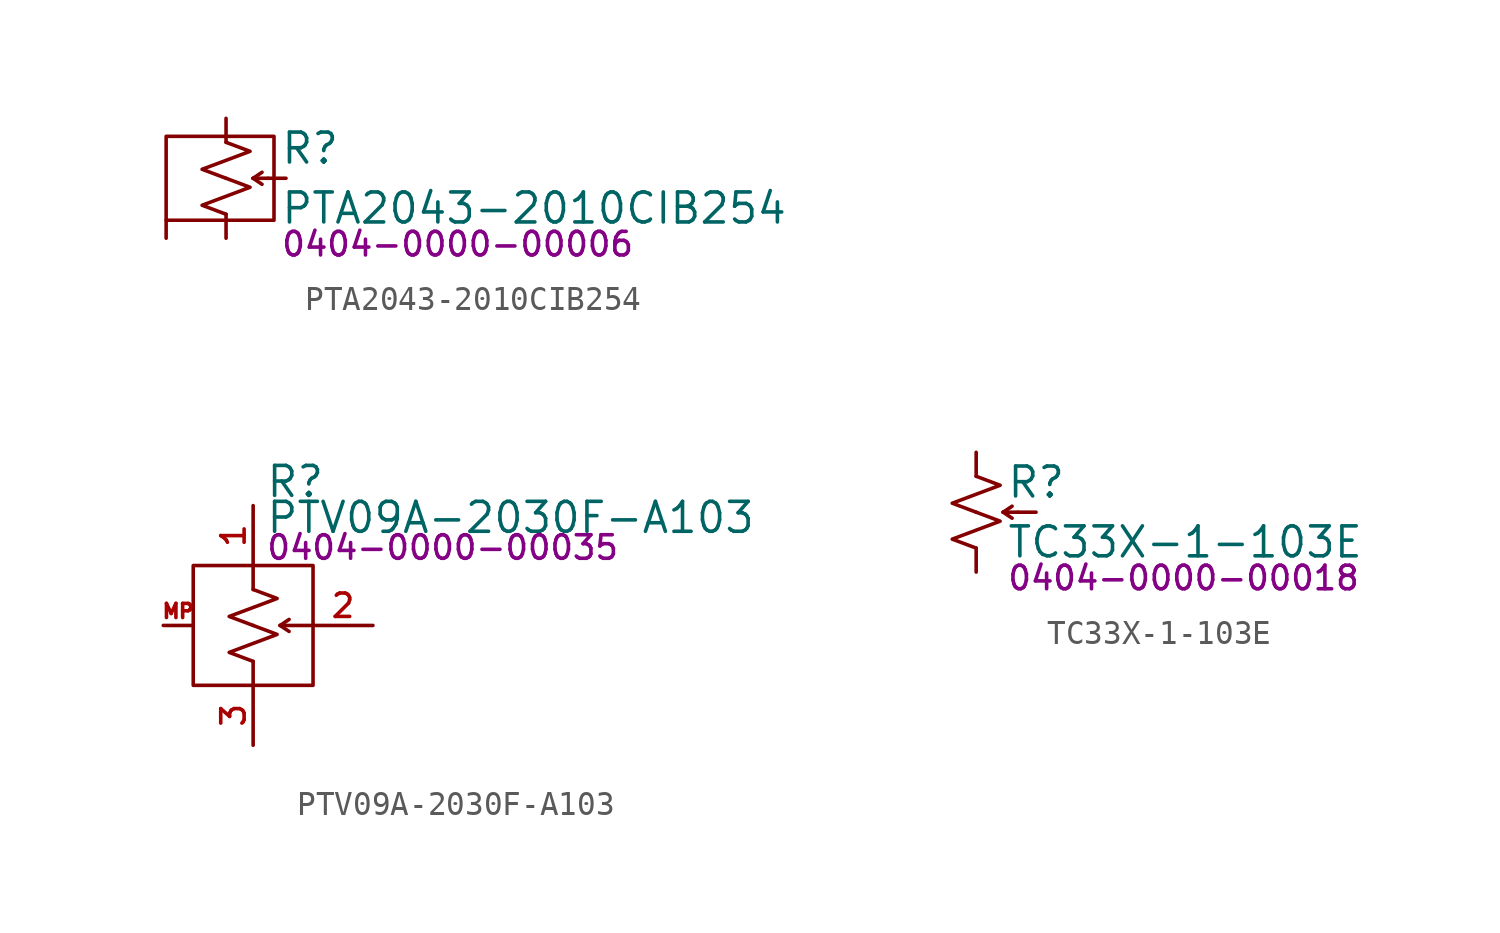
<source format=kicad_sym>
(kicad_symbol_lib
  (version 20231120)
  (generator "kicad_symbol_editor")
  (generator_version "8.0")
  (symbol "PTA2043-2010CIB254"
    (pin_numbers hide)
    (pin_names
      (offset 0.254) hide)
    (property "Reference" "R"
      (at 2.286 1.27 0)
      (effects (font (size 1.27 1.27)) (justify left)))
    (property "Value" "PTA2043-2010CIB254"
      (at 2.286 -1.27 0)
      (effects (font (size 1.27 1.27)) (justify left)))
    (property "PartNumber" "0404-0000-00006"
      (at 2.286 -2.794 0)
      (effects (font (size 1 1)) (justify left)))
    (symbol "PTA2043-2010CIB254_0_1"
      (rectangle (start -2.54 -1.778) (end 2.032 1.778) (stroke (width 0) (type default)) (fill (type none)))
      (polyline (pts (xy 1.143 0) (xy 1.524 -0.254)) (stroke (width 0) (type default)) (fill (type none)))
      (polyline (pts (xy 1.143 0) (xy 1.524 0.254)) (stroke (width 0) (type default)) (fill (type none)))
      (polyline (pts (xy 1.143 0) (xy 1.778 0)) (stroke (width 0) (type default)) (fill (type none))))
    (symbol "PTA2043-2010CIB254_1_1"
      (polyline (pts (xy 0 0) (xy 1.016 -0.381) (xy 0 -0.762) (xy -1.016 -1.143) (xy 0 -1.524)) (stroke (width 0) (type default)) (fill (type none)))
      (polyline (pts (xy 0 1.524) (xy 1.016 1.143) (xy 0 0.762) (xy -1.016 0.381) (xy 0 0)) (stroke (width 0) (type default)) (fill (type none)))
      (pin passive line (at 0 2.54 270) (length 1.016) (name "~" (effects (font (size 1.27 1.27)))) (number "1" (effects (font (size 1.27 1.27)))))
      (pin passive line (at 2.54 0 180) (length 0.75) (name "~" (effects (font (size 1.27 1.27)))) (number "2" (effects (font (size 1.27 1.27)))))
      (pin passive line (at 0 -2.54 90) (length 1.016) (name "~" (effects (font (size 1.27 1.27)))) (number "3" (effects (font (size 1.27 1.27)))))
      (pin passive line (at -2.54 -2.54 90) (length 0.75) (name "SH" (effects (font (size 0.8 0.8)))) (number "4" (effects (font (size 1.27 1.27)))))))
  (symbol "PTV09A-2030F-A103"
    (pin_names hide)
    (property "Reference" "R"
      (at 0.508 6.096 0)
      (effects (font (size 1.27 1.27)) (justify left)))
    (property "Value" "PTV09A-2030F-A103"
      (at 0.508 4.572 0)
      (effects (font (size 1.27 1.27)) (justify left)))
    (property "PartNumber" "0404-0000-00035"
      (at 0.508 3.302 0)
      (effects (font (size 1 1)) (justify left)))
    (symbol "PTV09A-2030F-A103_0_0"
      (pin passive line (at 0 5.08 270) (length 2.54) (name "A" (effects (font (size 1.27 1.27)))) (number "1" (effects (font (size 0.991 0.991)))))
      (pin passive line (at 5.08 0 180) (length 2.54) (name "W" (effects (font (size 1.27 1.27)))) (number "2" (effects (font (size 0.991 0.991)))))
      (pin passive line (at 0 -5.08 90) (length 2.54) (name "B" (effects (font (size 1.27 1.27)))) (number "3" (effects (font (size 0.991 0.991))))))
    (symbol "PTV09A-2030F-A103_0_1"
      (rectangle (start -2.54 2.54) (end 2.54 -2.54) (stroke (width 0) (type default)) (fill (type none)))
      (polyline (pts (xy 0 -1.524) (xy 0 -2.54)) (stroke (width 0) (type default)) (fill (type none)))
      (polyline (pts (xy 0 1.524) (xy 0 2.54)) (stroke (width 0) (type default)) (fill (type none)))
      (polyline (pts (xy 1.143 0) (xy 1.524 -0.254)) (stroke (width 0) (type default)) (fill (type none)))
      (polyline (pts (xy 1.143 0) (xy 1.524 0.254)) (stroke (width 0) (type default)) (fill (type none)))
      (polyline (pts (xy 1.143 0) (xy 2.54 0)) (stroke (width 0) (type default)) (fill (type none))))
    (symbol "PTV09A-2030F-A103_1_0"
      (pin passive line (at -3.81 0 0) (length 1.27) (name "Mount" (effects (font (size 1 1)))) (number "MP" (effects (font (size 0.6 0.6))))))
    (symbol "PTV09A-2030F-A103_1_1"
      (polyline (pts (xy 0 0) (xy 1.016 -0.381) (xy 0 -0.762) (xy -1.016 -1.143) (xy 0 -1.524)) (stroke (width 0) (type default)) (fill (type none)))
      (polyline (pts (xy 0 1.524) (xy 1.016 1.143) (xy 0 0.762) (xy -1.016 0.381) (xy 0 0)) (stroke (width 0) (type default)) (fill (type none)))))
  (symbol "TC33X-1-103E"
    (pin_numbers hide)
    (pin_names
      (offset 0.254) hide)
    (property "Reference" "R"
      (at 1.27 1.27 0)
      (effects (font (size 1.27 1.27)) (justify left)))
    (property "Value" "TC33X-1-103E"
      (at 1.27 -1.27 0)
      (effects (font (size 1.27 1.27)) (justify left)))
    (property "PartNumber" "0404-0000-00018"
      (at 1.27 -2.794 0)
      (effects (font (size 1 1)) (justify left)))
    (symbol "TC33X-1-103E_0_1"
      (polyline (pts (xy 1.143 0) (xy 1.524 -0.254)) (stroke (width 0) (type default)) (fill (type none)))
      (polyline (pts (xy 1.143 0) (xy 1.524 0.254)) (stroke (width 0) (type default)) (fill (type none)))
      (polyline (pts (xy 1.143 0) (xy 1.778 0)) (stroke (width 0) (type default)) (fill (type none))))
    (symbol "TC33X-1-103E_1_1"
      (polyline (pts (xy 0 0) (xy 1.016 -0.381) (xy 0 -0.762) (xy -1.016 -1.143) (xy 0 -1.524)) (stroke (width 0) (type default)) (fill (type none)))
      (polyline (pts (xy 0 1.524) (xy 1.016 1.143) (xy 0 0.762) (xy -1.016 0.381) (xy 0 0)) (stroke (width 0) (type default)) (fill (type none)))
      (pin passive line (at 0 2.54 270) (length 1.016) (name "~" (effects (font (size 1.27 1.27)))) (number "1" (effects (font (size 1.27 1.27)))))
      (pin passive line (at 2.54 0 180) (length 0.75) (name "~" (effects (font (size 1.27 1.27)))) (number "2" (effects (font (size 1.27 1.27)))))
      (pin passive line (at 0 -2.54 90) (length 1.016) (name "~" (effects (font (size 1.27 1.27)))) (number "3" (effects (font (size 1.27 1.27))))))))
</source>
